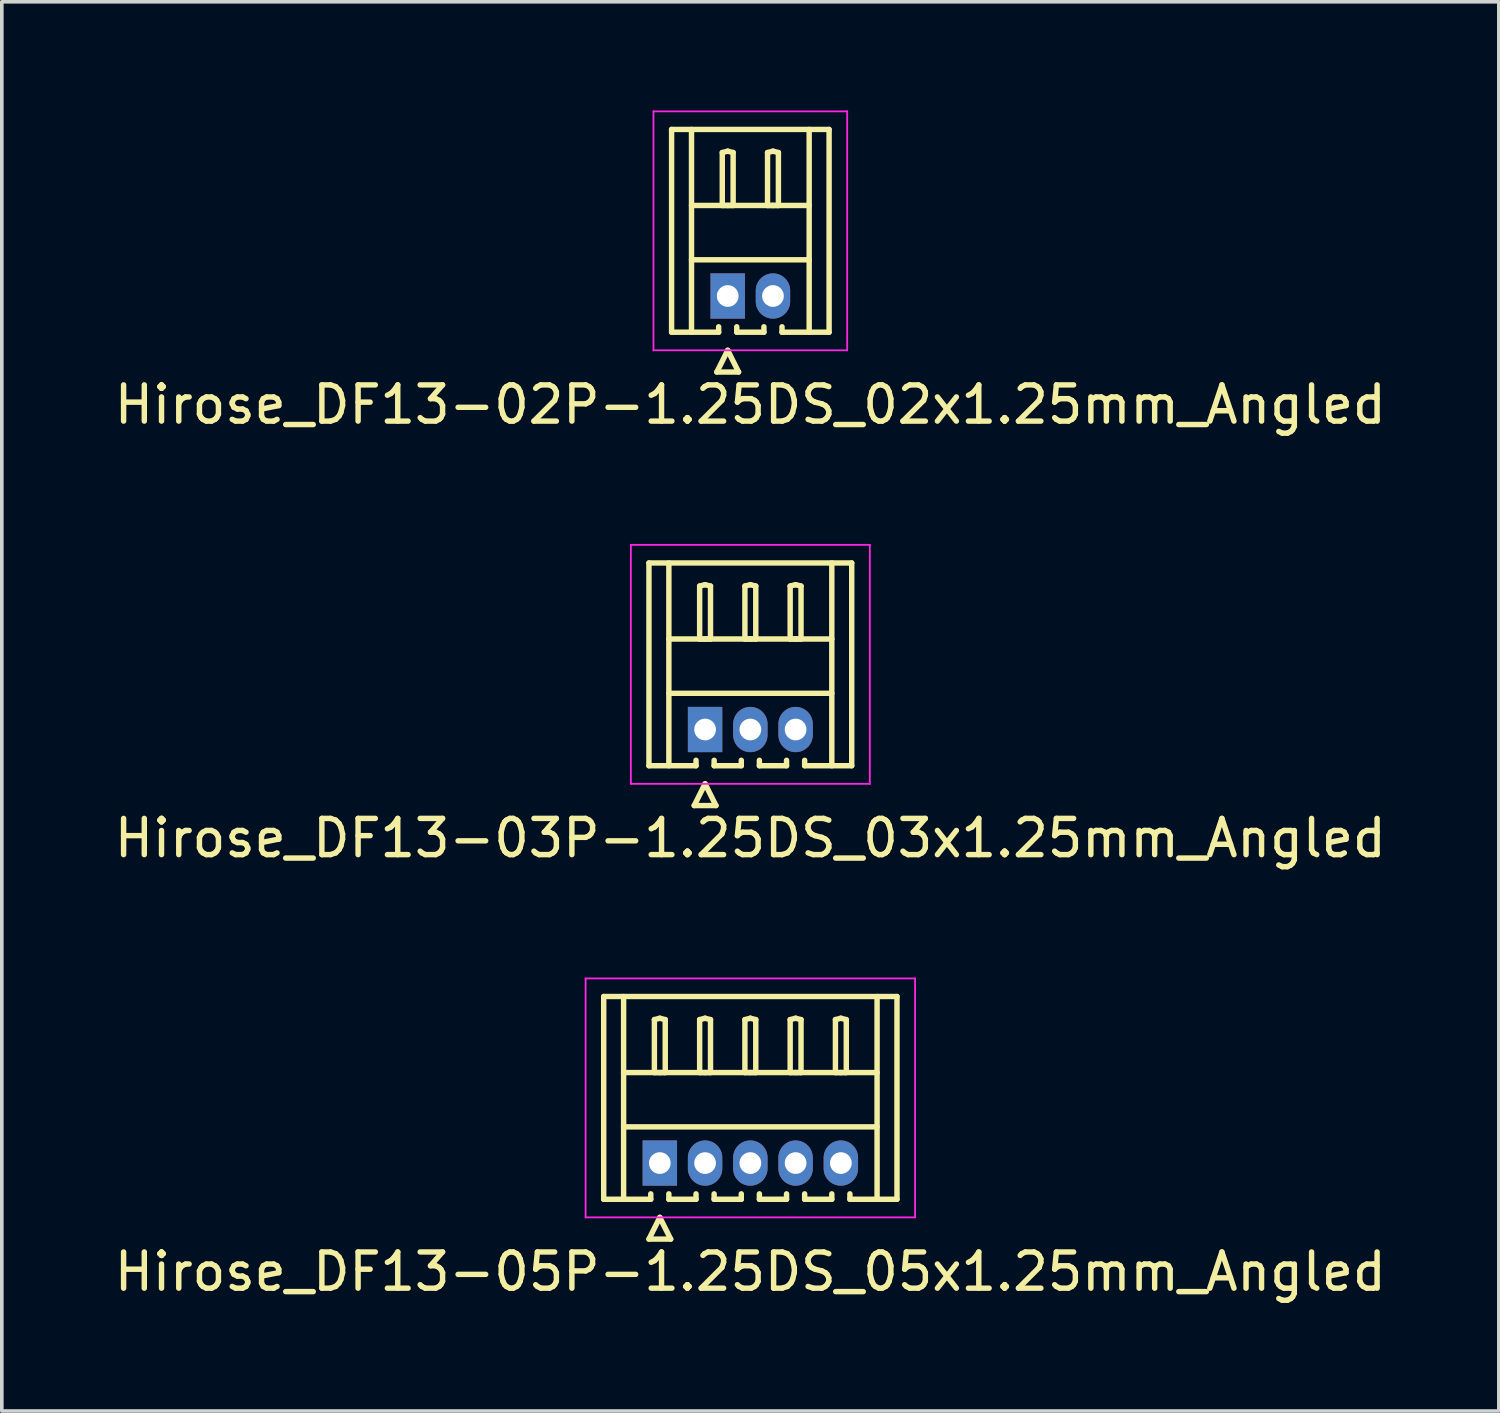
<source format=kicad_pcb>
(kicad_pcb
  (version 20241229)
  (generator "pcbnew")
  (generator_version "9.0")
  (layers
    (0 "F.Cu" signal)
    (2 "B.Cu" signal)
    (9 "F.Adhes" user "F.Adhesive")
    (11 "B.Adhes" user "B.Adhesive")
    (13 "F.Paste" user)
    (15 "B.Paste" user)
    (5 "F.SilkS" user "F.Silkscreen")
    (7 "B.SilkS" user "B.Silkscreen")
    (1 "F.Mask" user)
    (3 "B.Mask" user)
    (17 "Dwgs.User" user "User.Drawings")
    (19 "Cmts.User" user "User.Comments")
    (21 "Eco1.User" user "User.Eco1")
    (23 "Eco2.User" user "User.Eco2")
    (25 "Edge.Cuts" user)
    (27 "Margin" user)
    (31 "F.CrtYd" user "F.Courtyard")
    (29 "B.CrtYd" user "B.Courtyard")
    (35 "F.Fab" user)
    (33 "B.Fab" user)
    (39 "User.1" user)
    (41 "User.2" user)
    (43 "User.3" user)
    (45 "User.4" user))
  (footprint "Hirose_DF13-05P-1.25DS_05x1.25mm_Angled"
    (layer "F.Cu")
    (at 15.173 29.072)
    (property "Reference" "Hirose_DF13-05P-1.25DS_05x1.25mm_Angled" (at 2.5 3 0) (layer "F.SilkS") (effects (font (size 1 1) (thickness 0.15))))
    (attr through_hole)
    (fp_line (start -1.55 -4.6) (end 6.55 -4.6) (stroke (width 0.15) (type solid)) (layer "F.SilkS"))
    (fp_line (start -1.55 1) (end -1.55 -4.6) (stroke (width 0.15) (type solid)) (layer "F.SilkS"))
    (fp_line (start -1 -4.6) (end -1 1) (stroke (width 0.15) (type solid)) (layer "F.SilkS"))
    (fp_line (start -1 -2.5) (end 6 -2.5) (stroke (width 0.15) (type solid)) (layer "F.SilkS"))
    (fp_line (start -1 -1) (end 6 -1) (stroke (width 0.15) (type solid)) (layer "F.SilkS"))
    (fp_line (start -0.3 2.1) (end 0.3 2.1) (stroke (width 0.15) (type solid)) (layer "F.SilkS"))
    (fp_line (start -0.25 0.85) (end -0.25 1) (stroke (width 0.15) (type solid)) (layer "F.SilkS"))
    (fp_line (start -0.25 1) (end -1.55 1) (stroke (width 0.15) (type solid)) (layer "F.SilkS"))
    (fp_line (start -0.15 -3.962) (end 0 -4) (stroke (width 0.15) (type solid)) (layer "F.SilkS"))
    (fp_line (start -0.15 -2.5) (end -0.15 -3.962) (stroke (width 0.15) (type solid)) (layer "F.SilkS"))
    (fp_line (start 0 -4) (end 0.15 -3.962) (stroke (width 0.15) (type solid)) (layer "F.SilkS"))
    (fp_line (start 0 -2.5) (end -0.15 -2.5) (stroke (width 0.15) (type solid)) (layer "F.SilkS"))
    (fp_line (start 0 1.5) (end -0.3 2.1) (stroke (width 0.15) (type solid)) (layer "F.SilkS"))
    (fp_line (start 0.15 -3.962) (end 0.15 -2.5) (stroke (width 0.15) (type solid)) (layer "F.SilkS"))
    (fp_line (start 0.15 -2.5) (end 0 -2.5) (stroke (width 0.15) (type solid)) (layer "F.SilkS"))
    (fp_line (start 0.25 0.85) (end 0.25 1) (stroke (width 0.15) (type solid)) (layer "F.SilkS"))
    (fp_line (start 0.25 1) (end 1 1) (stroke (width 0.15) (type solid)) (layer "F.SilkS"))
    (fp_line (start 0.3 2.1) (end 0 1.5) (stroke (width 0.15) (type solid)) (layer "F.SilkS"))
    (fp_line (start 1 1) (end 1 0.85) (stroke (width 0.15) (type solid)) (layer "F.SilkS"))
    (fp_line (start 1.1 -3.962) (end 1.25 -4) (stroke (width 0.15) (type solid)) (layer "F.SilkS"))
    (fp_line (start 1.1 -2.5) (end 1.1 -3.962) (stroke (width 0.15) (type solid)) (layer "F.SilkS"))
    (fp_line (start 1.25 -4) (end 1.4 -3.962) (stroke (width 0.15) (type solid)) (layer "F.SilkS"))
    (fp_line (start 1.25 -2.5) (end 1.1 -2.5) (stroke (width 0.15) (type solid)) (layer "F.SilkS"))
    (fp_line (start 1.4 -3.962) (end 1.4 -2.5) (stroke (width 0.15) (type solid)) (layer "F.SilkS"))
    (fp_line (start 1.4 -2.5) (end 1.25 -2.5) (stroke (width 0.15) (type solid)) (layer "F.SilkS"))
    (fp_line (start 1.5 0.85) (end 1.5 1) (stroke (width 0.15) (type solid)) (layer "F.SilkS"))
    (fp_line (start 1.5 1) (end 2.25 1) (stroke (width 0.15) (type solid)) (layer "F.SilkS"))
    (fp_line (start 2.25 1) (end 2.25 0.85) (stroke (width 0.15) (type solid)) (layer "F.SilkS"))
    (fp_line (start 2.35 -3.962) (end 2.5 -4) (stroke (width 0.15) (type solid)) (layer "F.SilkS"))
    (fp_line (start 2.35 -2.5) (end 2.35 -3.962) (stroke (width 0.15) (type solid)) (layer "F.SilkS"))
    (fp_line (start 2.5 -4) (end 2.65 -3.962) (stroke (width 0.15) (type solid)) (layer "F.SilkS"))
    (fp_line (start 2.5 -2.5) (end 2.35 -2.5) (stroke (width 0.15) (type solid)) (layer "F.SilkS"))
    (fp_line (start 2.65 -3.962) (end 2.65 -2.5) (stroke (width 0.15) (type solid)) (layer "F.SilkS"))
    (fp_line (start 2.65 -2.5) (end 2.5 -2.5) (stroke (width 0.15) (type solid)) (layer "F.SilkS"))
    (fp_line (start 2.75 0.85) (end 2.75 1) (stroke (width 0.15) (type solid)) (layer "F.SilkS"))
    (fp_line (start 2.75 1) (end 3.5 1) (stroke (width 0.15) (type solid)) (layer "F.SilkS"))
    (fp_line (start 3.5 1) (end 3.5 0.85) (stroke (width 0.15) (type solid)) (layer "F.SilkS"))
    (fp_line (start 3.6 -3.962) (end 3.75 -4) (stroke (width 0.15) (type solid)) (layer "F.SilkS"))
    (fp_line (start 3.6 -2.5) (end 3.6 -3.962) (stroke (width 0.15) (type solid)) (layer "F.SilkS"))
    (fp_line (start 3.75 -4) (end 3.9 -3.962) (stroke (width 0.15) (type solid)) (layer "F.SilkS"))
    (fp_line (start 3.75 -2.5) (end 3.6 -2.5) (stroke (width 0.15) (type solid)) (layer "F.SilkS"))
    (fp_line (start 3.9 -3.962) (end 3.9 -2.5) (stroke (width 0.15) (type solid)) (layer "F.SilkS"))
    (fp_line (start 3.9 -2.5) (end 3.75 -2.5) (stroke (width 0.15) (type solid)) (layer "F.SilkS"))
    (fp_line (start 4 0.85) (end 4 1) (stroke (width 0.15) (type solid)) (layer "F.SilkS"))
    (fp_line (start 4 1) (end 4.75 1) (stroke (width 0.15) (type solid)) (layer "F.SilkS"))
    (fp_line (start 4.75 1) (end 4.75 0.85) (stroke (width 0.15) (type solid)) (layer "F.SilkS"))
    (fp_line (start 4.85 -3.962) (end 5 -4) (stroke (width 0.15) (type solid)) (layer "F.SilkS"))
    (fp_line (start 4.85 -2.5) (end 4.85 -3.962) (stroke (width 0.15) (type solid)) (layer "F.SilkS"))
    (fp_line (start 5 -4) (end 5.15 -3.962) (stroke (width 0.15) (type solid)) (layer "F.SilkS"))
    (fp_line (start 5 -2.5) (end 4.85 -2.5) (stroke (width 0.15) (type solid)) (layer "F.SilkS"))
    (fp_line (start 5.15 -3.962) (end 5.15 -2.5) (stroke (width 0.15) (type solid)) (layer "F.SilkS"))
    (fp_line (start 5.15 -2.5) (end 5 -2.5) (stroke (width 0.15) (type solid)) (layer "F.SilkS"))
    (fp_line (start 5.25 1) (end 5.25 0.85) (stroke (width 0.15) (type solid)) (layer "F.SilkS"))
    (fp_line (start 6 -4.6) (end 6 1) (stroke (width 0.15) (type solid)) (layer "F.SilkS"))
    (fp_line (start 6.55 -4.6) (end 6.55 1) (stroke (width 0.15) (type solid)) (layer "F.SilkS"))
    (fp_line (start 6.55 1) (end 5.25 1) (stroke (width 0.15) (type solid)) (layer "F.SilkS"))
    (fp_line (start -2.05 -5.1) (end -2.05 1.5) (stroke (width 0.05) (type solid)) (layer "F.CrtYd"))
    (fp_line (start -2.05 1.5) (end 7.05 1.5) (stroke (width 0.05) (type solid)) (layer "F.CrtYd"))
    (fp_line (start 7.05 -5.1) (end -2.05 -5.1) (stroke (width 0.05) (type solid)) (layer "F.CrtYd"))
    (fp_line (start 7.05 1.5) (end 7.05 -5.1) (stroke (width 0.05) (type solid)) (layer "F.CrtYd"))
    (pad "1" thru_hole rect (at 0 0) (size 0.95 1.25) (drill 0.6) (layers "*.Cu" "*.Mask"))
    (pad "2" thru_hole oval (at 1.25 0) (size 0.95 1.25) (drill 0.6) (layers "*.Cu" "*.Mask"))
    (pad "3" thru_hole oval (at 2.5 0) (size 0.95 1.25) (drill 0.6) (layers "*.Cu" "*.Mask"))
    (pad "4" thru_hole oval (at 3.75 0) (size 0.95 1.25) (drill 0.6) (layers "*.Cu" "*.Mask"))
    (pad "5" thru_hole oval (at 5 0) (size 0.95 1.25) (drill 0.6) (layers "*.Cu" "*.Mask")))
  (footprint "Hirose_DF13-03P-1.25DS_03x1.25mm_Angled"
    (layer "F.Cu")
    (at 16.423 17.098)
    (property "Reference" "Hirose_DF13-03P-1.25DS_03x1.25mm_Angled" (at 1.25 3 0) (layer "F.SilkS") (effects (font (size 1 1) (thickness 0.15))))
    (attr through_hole)
    (fp_line (start -1.55 -4.6) (end 4.05 -4.6) (stroke (width 0.15) (type solid)) (layer "F.SilkS"))
    (fp_line (start -1.55 1) (end -1.55 -4.6) (stroke (width 0.15) (type solid)) (layer "F.SilkS"))
    (fp_line (start -1 -4.6) (end -1 1) (stroke (width 0.15) (type solid)) (layer "F.SilkS"))
    (fp_line (start -1 -2.5) (end 3.5 -2.5) (stroke (width 0.15) (type solid)) (layer "F.SilkS"))
    (fp_line (start -1 -1) (end 3.5 -1) (stroke (width 0.15) (type solid)) (layer "F.SilkS"))
    (fp_line (start -0.3 2.1) (end 0.3 2.1) (stroke (width 0.15) (type solid)) (layer "F.SilkS"))
    (fp_line (start -0.25 0.85) (end -0.25 1) (stroke (width 0.15) (type solid)) (layer "F.SilkS"))
    (fp_line (start -0.25 1) (end -1.55 1) (stroke (width 0.15) (type solid)) (layer "F.SilkS"))
    (fp_line (start -0.15 -3.962) (end 0 -4) (stroke (width 0.15) (type solid)) (layer "F.SilkS"))
    (fp_line (start -0.15 -2.5) (end -0.15 -3.962) (stroke (width 0.15) (type solid)) (layer "F.SilkS"))
    (fp_line (start 0 -4) (end 0.15 -3.962) (stroke (width 0.15) (type solid)) (layer "F.SilkS"))
    (fp_line (start 0 -2.5) (end -0.15 -2.5) (stroke (width 0.15) (type solid)) (layer "F.SilkS"))
    (fp_line (start 0 1.5) (end -0.3 2.1) (stroke (width 0.15) (type solid)) (layer "F.SilkS"))
    (fp_line (start 0.15 -3.962) (end 0.15 -2.5) (stroke (width 0.15) (type solid)) (layer "F.SilkS"))
    (fp_line (start 0.15 -2.5) (end 0 -2.5) (stroke (width 0.15) (type solid)) (layer "F.SilkS"))
    (fp_line (start 0.25 0.85) (end 0.25 1) (stroke (width 0.15) (type solid)) (layer "F.SilkS"))
    (fp_line (start 0.25 1) (end 1 1) (stroke (width 0.15) (type solid)) (layer "F.SilkS"))
    (fp_line (start 0.3 2.1) (end 0 1.5) (stroke (width 0.15) (type solid)) (layer "F.SilkS"))
    (fp_line (start 1 1) (end 1 0.85) (stroke (width 0.15) (type solid)) (layer "F.SilkS"))
    (fp_line (start 1.1 -3.962) (end 1.25 -4) (stroke (width 0.15) (type solid)) (layer "F.SilkS"))
    (fp_line (start 1.1 -2.5) (end 1.1 -3.962) (stroke (width 0.15) (type solid)) (layer "F.SilkS"))
    (fp_line (start 1.25 -4) (end 1.4 -3.962) (stroke (width 0.15) (type solid)) (layer "F.SilkS"))
    (fp_line (start 1.25 -2.5) (end 1.1 -2.5) (stroke (width 0.15) (type solid)) (layer "F.SilkS"))
    (fp_line (start 1.4 -3.962) (end 1.4 -2.5) (stroke (width 0.15) (type solid)) (layer "F.SilkS"))
    (fp_line (start 1.4 -2.5) (end 1.25 -2.5) (stroke (width 0.15) (type solid)) (layer "F.SilkS"))
    (fp_line (start 1.5 0.85) (end 1.5 1) (stroke (width 0.15) (type solid)) (layer "F.SilkS"))
    (fp_line (start 1.5 1) (end 2.25 1) (stroke (width 0.15) (type solid)) (layer "F.SilkS"))
    (fp_line (start 2.25 1) (end 2.25 0.85) (stroke (width 0.15) (type solid)) (layer "F.SilkS"))
    (fp_line (start 2.35 -3.962) (end 2.5 -4) (stroke (width 0.15) (type solid)) (layer "F.SilkS"))
    (fp_line (start 2.35 -2.5) (end 2.35 -3.962) (stroke (width 0.15) (type solid)) (layer "F.SilkS"))
    (fp_line (start 2.5 -4) (end 2.65 -3.962) (stroke (width 0.15) (type solid)) (layer "F.SilkS"))
    (fp_line (start 2.5 -2.5) (end 2.35 -2.5) (stroke (width 0.15) (type solid)) (layer "F.SilkS"))
    (fp_line (start 2.65 -3.962) (end 2.65 -2.5) (stroke (width 0.15) (type solid)) (layer "F.SilkS"))
    (fp_line (start 2.65 -2.5) (end 2.5 -2.5) (stroke (width 0.15) (type solid)) (layer "F.SilkS"))
    (fp_line (start 2.75 1) (end 2.75 0.85) (stroke (width 0.15) (type solid)) (layer "F.SilkS"))
    (fp_line (start 3.5 -4.6) (end 3.5 1) (stroke (width 0.15) (type solid)) (layer "F.SilkS"))
    (fp_line (start 4.05 -4.6) (end 4.05 1) (stroke (width 0.15) (type solid)) (layer "F.SilkS"))
    (fp_line (start 4.05 1) (end 2.75 1) (stroke (width 0.15) (type solid)) (layer "F.SilkS"))
    (fp_line (start -2.05 -5.1) (end -2.05 1.5) (stroke (width 0.05) (type solid)) (layer "F.CrtYd"))
    (fp_line (start -2.05 1.5) (end 4.55 1.5) (stroke (width 0.05) (type solid)) (layer "F.CrtYd"))
    (fp_line (start 4.55 -5.1) (end -2.05 -5.1) (stroke (width 0.05) (type solid)) (layer "F.CrtYd"))
    (fp_line (start 4.55 1.5) (end 4.55 -5.1) (stroke (width 0.05) (type solid)) (layer "F.CrtYd"))
    (pad "1" thru_hole rect (at 0 0) (size 0.95 1.25) (drill 0.6) (layers "*.Cu" "*.Mask"))
    (pad "2" thru_hole oval (at 1.25 0) (size 0.95 1.25) (drill 0.6) (layers "*.Cu" "*.Mask"))
    (pad "3" thru_hole oval (at 2.5 0) (size 0.95 1.25) (drill 0.6) (layers "*.Cu" "*.Mask")))
  (footprint "Hirose_DF13-02P-1.25DS_02x1.25mm_Angled"
    (layer "F.Cu")
    (at 17.048 5.125)
    (property "Reference" "Hirose_DF13-02P-1.25DS_02x1.25mm_Angled" (at 0.625 3 0) (layer "F.SilkS") (effects (font (size 1 1) (thickness 0.15))))
    (attr through_hole)
    (fp_line (start -1.55 -4.6) (end 2.8 -4.6) (stroke (width 0.15) (type solid)) (layer "F.SilkS"))
    (fp_line (start -1.55 1) (end -1.55 -4.6) (stroke (width 0.15) (type solid)) (layer "F.SilkS"))
    (fp_line (start -1 -4.6) (end -1 1) (stroke (width 0.15) (type solid)) (layer "F.SilkS"))
    (fp_line (start -1 -2.5) (end 2.25 -2.5) (stroke (width 0.15) (type solid)) (layer "F.SilkS"))
    (fp_line (start -1 -1) (end 2.25 -1) (stroke (width 0.15) (type solid)) (layer "F.SilkS"))
    (fp_line (start -0.3 2.1) (end 0.3 2.1) (stroke (width 0.15) (type solid)) (layer "F.SilkS"))
    (fp_line (start -0.25 0.85) (end -0.25 1) (stroke (width 0.15) (type solid)) (layer "F.SilkS"))
    (fp_line (start -0.25 1) (end -1.55 1) (stroke (width 0.15) (type solid)) (layer "F.SilkS"))
    (fp_line (start -0.15 -3.962) (end 0 -4) (stroke (width 0.15) (type solid)) (layer "F.SilkS"))
    (fp_line (start -0.15 -2.5) (end -0.15 -3.962) (stroke (width 0.15) (type solid)) (layer "F.SilkS"))
    (fp_line (start 0 -4) (end 0.15 -3.962) (stroke (width 0.15) (type solid)) (layer "F.SilkS"))
    (fp_line (start 0 -2.5) (end -0.15 -2.5) (stroke (width 0.15) (type solid)) (layer "F.SilkS"))
    (fp_line (start 0 1.5) (end -0.3 2.1) (stroke (width 0.15) (type solid)) (layer "F.SilkS"))
    (fp_line (start 0.15 -3.962) (end 0.15 -2.5) (stroke (width 0.15) (type solid)) (layer "F.SilkS"))
    (fp_line (start 0.15 -2.5) (end 0 -2.5) (stroke (width 0.15) (type solid)) (layer "F.SilkS"))
    (fp_line (start 0.25 0.85) (end 0.25 1) (stroke (width 0.15) (type solid)) (layer "F.SilkS"))
    (fp_line (start 0.25 1) (end 1 1) (stroke (width 0.15) (type solid)) (layer "F.SilkS"))
    (fp_line (start 0.3 2.1) (end 0 1.5) (stroke (width 0.15) (type solid)) (layer "F.SilkS"))
    (fp_line (start 1 1) (end 1 0.85) (stroke (width 0.15) (type solid)) (layer "F.SilkS"))
    (fp_line (start 1.1 -3.962) (end 1.25 -4) (stroke (width 0.15) (type solid)) (layer "F.SilkS"))
    (fp_line (start 1.1 -2.5) (end 1.1 -3.962) (stroke (width 0.15) (type solid)) (layer "F.SilkS"))
    (fp_line (start 1.25 -4) (end 1.4 -3.962) (stroke (width 0.15) (type solid)) (layer "F.SilkS"))
    (fp_line (start 1.25 -2.5) (end 1.1 -2.5) (stroke (width 0.15) (type solid)) (layer "F.SilkS"))
    (fp_line (start 1.4 -3.962) (end 1.4 -2.5) (stroke (width 0.15) (type solid)) (layer "F.SilkS"))
    (fp_line (start 1.4 -2.5) (end 1.25 -2.5) (stroke (width 0.15) (type solid)) (layer "F.SilkS"))
    (fp_line (start 1.5 1) (end 1.5 0.85) (stroke (width 0.15) (type solid)) (layer "F.SilkS"))
    (fp_line (start 2.25 -4.6) (end 2.25 1) (stroke (width 0.15) (type solid)) (layer "F.SilkS"))
    (fp_line (start 2.8 -4.6) (end 2.8 1) (stroke (width 0.15) (type solid)) (layer "F.SilkS"))
    (fp_line (start 2.8 1) (end 1.5 1) (stroke (width 0.15) (type solid)) (layer "F.SilkS"))
    (fp_line (start -2.05 -5.1) (end -2.05 1.5) (stroke (width 0.05) (type solid)) (layer "F.CrtYd"))
    (fp_line (start -2.05 1.5) (end 3.3 1.5) (stroke (width 0.05) (type solid)) (layer "F.CrtYd"))
    (fp_line (start 3.3 -5.1) (end -2.05 -5.1) (stroke (width 0.05) (type solid)) (layer "F.CrtYd"))
    (fp_line (start 3.3 1.5) (end 3.3 -5.1) (stroke (width 0.05) (type solid)) (layer "F.CrtYd"))
    (pad "1" thru_hole rect (at 0 0) (size 0.95 1.25) (drill 0.6) (layers "*.Cu" "*.Mask"))
    (pad "2" thru_hole oval (at 1.25 0) (size 0.95 1.25) (drill 0.6) (layers "*.Cu" "*.Mask")))
  (gr_rect
    (start -3 -3)
    (end 38.345 35.92)
    (stroke (width 0.1) (type default))
    (fill no)
    (layer "Edge.Cuts")))
</source>
